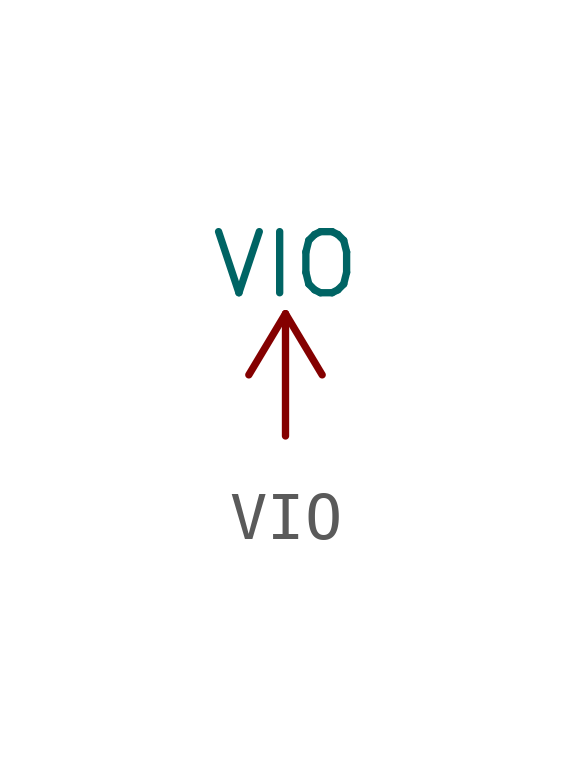
<source format=kicad_sym>
(kicad_symbol_lib
  (version 20211014)
  (generator kicad_symbol_editor)
  (symbol "VIO"
    (power)
    (pin_names
      (offset 0))
    (property "Reference" "#PWR"
      (at 0 -3.81 0)
      (effects (font (size 1.27 1.27)) hide))
    (property "Value" "VIO"
      (at 0 3.556 0)
      (effects (font (size 1.27 1.27))))
    (symbol "VIO_0_1"
      (polyline (pts (xy -0.762 1.27) (xy 0 2.54)) (stroke (width 0) (type default) (color 0 0 0 0)) (fill (type none)))
      (polyline (pts (xy 0 0) (xy 0 2.54)) (stroke (width 0) (type default) (color 0 0 0 0)) (fill (type none)))
      (polyline (pts (xy 0 2.54) (xy 0.762 1.27)) (stroke (width 0) (type default) (color 0 0 0 0)) (fill (type none))))
    (symbol "VIO_1_1"
      (pin power_in line (at 0 0 90) (length 0) hide (name "VIO" (effects (font (size 1.27 1.27)))) (number "1" (effects (font (size 1.27 1.27))))))))
</source>
